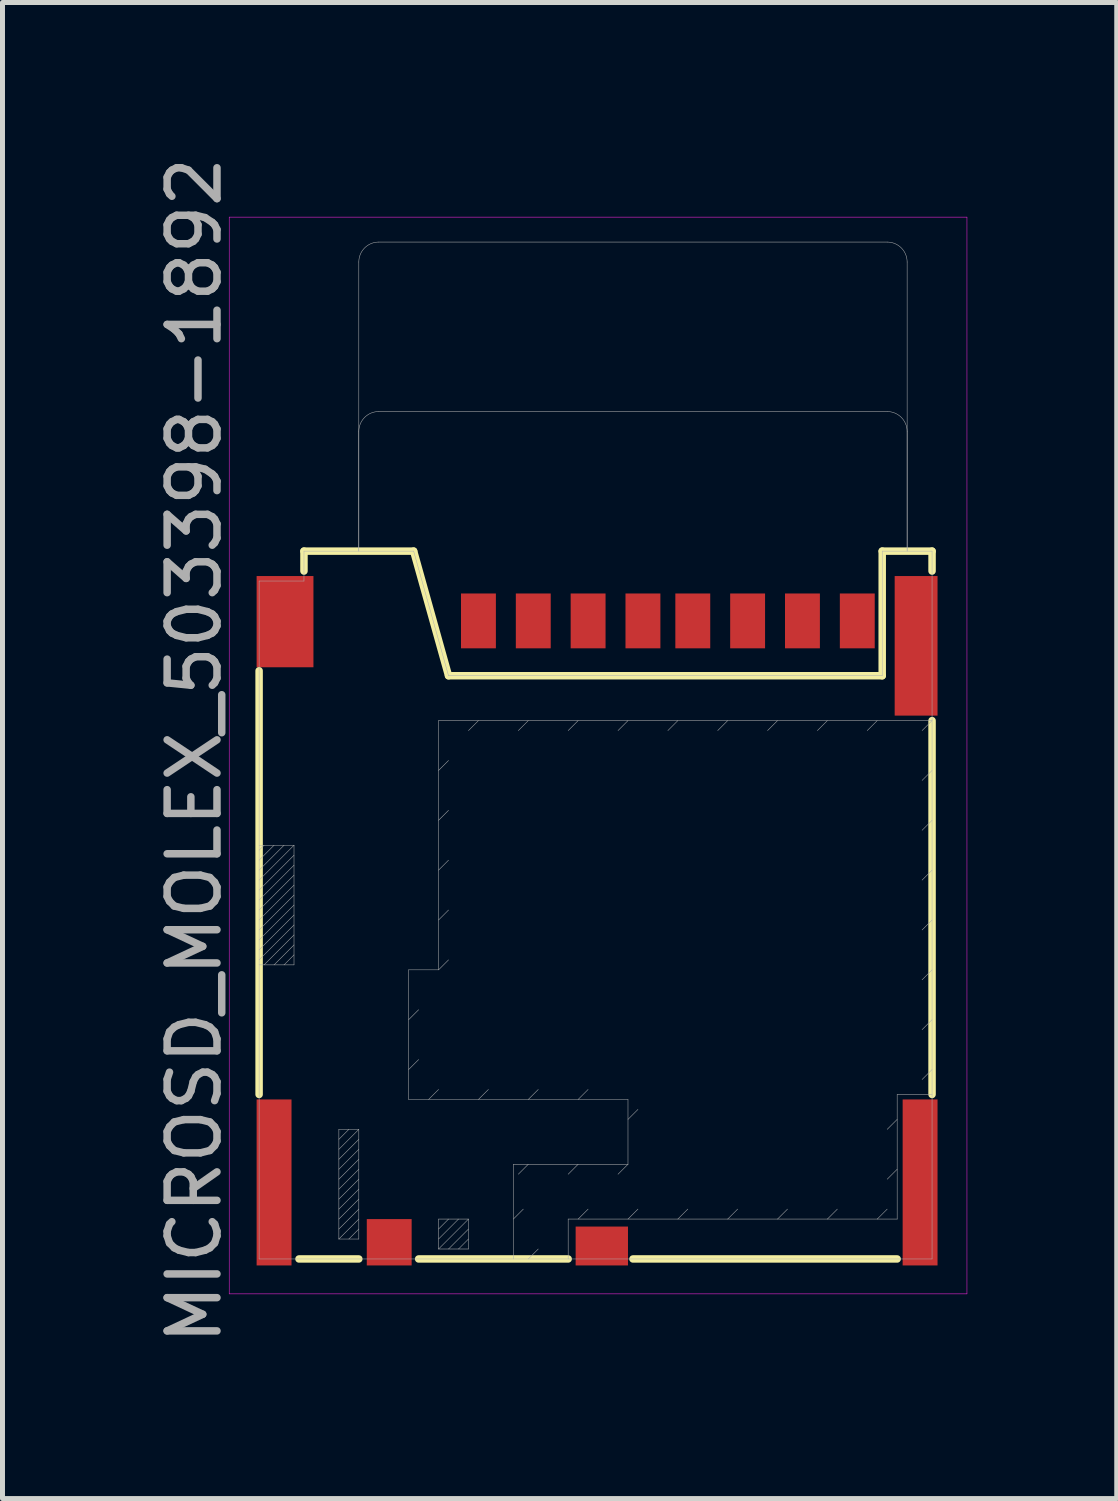
<source format=kicad_pcb>
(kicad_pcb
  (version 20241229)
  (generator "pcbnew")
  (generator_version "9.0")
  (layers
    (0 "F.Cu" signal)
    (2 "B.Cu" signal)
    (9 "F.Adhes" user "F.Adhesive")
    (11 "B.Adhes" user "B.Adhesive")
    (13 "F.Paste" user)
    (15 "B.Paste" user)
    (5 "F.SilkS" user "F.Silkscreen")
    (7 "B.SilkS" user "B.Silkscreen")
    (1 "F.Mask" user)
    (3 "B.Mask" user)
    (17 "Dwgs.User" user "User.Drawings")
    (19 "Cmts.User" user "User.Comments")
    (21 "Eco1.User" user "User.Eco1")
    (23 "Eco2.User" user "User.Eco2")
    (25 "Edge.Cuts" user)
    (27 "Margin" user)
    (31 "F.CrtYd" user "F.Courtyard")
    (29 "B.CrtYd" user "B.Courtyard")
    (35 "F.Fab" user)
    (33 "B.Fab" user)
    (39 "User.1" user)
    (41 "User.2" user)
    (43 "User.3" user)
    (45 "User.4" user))
  (footprint "MICROSD_MOLEX_503398-1892"
    (layer "F.Cu")
    (at 8.948 12.106)
    (property "Reference" "MICROSD_MOLEX_503398-1892" (at -8.1 -0.1 90) (layer "F.Fab") (effects (font (size 1 1) (thickness 0.15))))
    (attr through_hole)
    (fp_line (start -6.8 -1.7) (end -6.8 6.8) (stroke (width 0.15) (type solid)) (layer "F.SilkS"))
    (fp_line (start -5.9 -4.1) (end -5.9 -3.7) (stroke (width 0.15) (type solid)) (layer "F.SilkS"))
    (fp_line (start -4.8 10.1) (end -6 10.1) (stroke (width 0.15) (type solid)) (layer "F.SilkS"))
    (fp_line (start -3.7 -4.1) (end -5.9 -4.1) (stroke (width 0.15) (type solid)) (layer "F.SilkS"))
    (fp_line (start -3.7 -4.1) (end -3 -1.6) (stroke (width 0.15) (type solid)) (layer "F.SilkS"))
    (fp_line (start -3 -1.6) (end 5.7 -1.6) (stroke (width 0.15) (type solid)) (layer "F.SilkS"))
    (fp_line (start -0.6 10.1) (end -3.6 10.1) (stroke (width 0.15) (type solid)) (layer "F.SilkS"))
    (fp_line (start 5.7 -4.1) (end 6.7 -4.1) (stroke (width 0.15) (type solid)) (layer "F.SilkS"))
    (fp_line (start 5.7 -1.6) (end 5.7 -4.1) (stroke (width 0.15) (type solid)) (layer "F.SilkS"))
    (fp_line (start 6 10.1) (end 0.7 10.1) (stroke (width 0.15) (type solid)) (layer "F.SilkS"))
    (fp_line (start 6.7 -4.1) (end 6.7 -3.7) (stroke (width 0.15) (type solid)) (layer "F.SilkS"))
    (fp_line (start 6.7 -0.7) (end 6.7 6.8) (stroke (width 0.15) (type solid)) (layer "F.SilkS"))
    (fp_line (start -7.4 -10.8) (end -7.4 10.8) (stroke (width 0.01) (type solid)) (layer "F.CrtYd"))
    (fp_line (start -7.4 10.8) (end 7.4 10.8) (stroke (width 0.01) (type solid)) (layer "F.CrtYd"))
    (fp_line (start 7.4 -10.8) (end -7.4 -10.8) (stroke (width 0.01) (type solid)) (layer "F.CrtYd"))
    (fp_line (start 7.4 10.8) (end 7.4 -10.8) (stroke (width 0.01) (type solid)) (layer "F.CrtYd"))
    (fp_line (start -6.8 -3.5) (end -6.8 10.1) (stroke (width 0.01) (type solid)) (layer "F.Fab"))
    (fp_line (start -6.8 1.8) (end -6.1 1.8) (stroke (width 0.01) (type solid)) (layer "F.Fab"))
    (fp_line (start -6.8 1.9) (end -6.7 1.8) (stroke (width 0.01) (type solid)) (layer "F.Fab"))
    (fp_line (start -6.8 2.1) (end -6.5 1.8) (stroke (width 0.01) (type solid)) (layer "F.Fab"))
    (fp_line (start -6.8 2.3) (end -6.3 1.8) (stroke (width 0.01) (type solid)) (layer "F.Fab"))
    (fp_line (start -6.8 2.5) (end -6.1 1.8) (stroke (width 0.01) (type solid)) (layer "F.Fab"))
    (fp_line (start -6.8 2.7) (end -6.1 2) (stroke (width 0.01) (type solid)) (layer "F.Fab"))
    (fp_line (start -6.8 3.3) (end -6.1 2.6) (stroke (width 0.01) (type solid)) (layer "F.Fab"))
    (fp_line (start -6.8 3.7) (end -6.1 3) (stroke (width 0.01) (type solid)) (layer "F.Fab"))
    (fp_line (start -6.8 4.1) (end -6.1 3.4) (stroke (width 0.01) (type solid)) (layer "F.Fab"))
    (fp_line (start -6.8 10.1) (end 6.7 10.1) (stroke (width 0.01) (type solid)) (layer "F.Fab"))
    (fp_line (start -6.5 4.2) (end -6.1 3.8) (stroke (width 0.01) (type solid)) (layer "F.Fab"))
    (fp_line (start -6.1 1.8) (end -6.1 4.2) (stroke (width 0.01) (type solid)) (layer "F.Fab"))
    (fp_line (start -6.1 2.2) (end -6.8 2.9) (stroke (width 0.01) (type solid)) (layer "F.Fab"))
    (fp_line (start -6.1 2.4) (end -6.8 3.1) (stroke (width 0.01) (type solid)) (layer "F.Fab"))
    (fp_line (start -6.1 2.8) (end -6.8 3.5) (stroke (width 0.01) (type solid)) (layer "F.Fab"))
    (fp_line (start -6.1 3.2) (end -6.8 3.9) (stroke (width 0.01) (type solid)) (layer "F.Fab"))
    (fp_line (start -6.1 3.6) (end -6.7 4.2) (stroke (width 0.01) (type solid)) (layer "F.Fab"))
    (fp_line (start -6.1 4) (end -6.3 4.2) (stroke (width 0.01) (type solid)) (layer "F.Fab"))
    (fp_line (start -6.1 4.2) (end -6.8 4.2) (stroke (width 0.01) (type solid)) (layer "F.Fab"))
    (fp_line (start -5.9 -4.1) (end -5.9 -3.5) (stroke (width 0.01) (type solid)) (layer "F.Fab"))
    (fp_line (start -5.9 -3.5) (end -6.8 -3.5) (stroke (width 0.01) (type solid)) (layer "F.Fab"))
    (fp_line (start -5.2 7.5) (end -4.8 7.5) (stroke (width 0.01) (type solid)) (layer "F.Fab"))
    (fp_line (start -5.2 7.7) (end -5 7.5) (stroke (width 0.01) (type solid)) (layer "F.Fab"))
    (fp_line (start -5.2 8.1) (end -4.8 7.7) (stroke (width 0.01) (type solid)) (layer "F.Fab"))
    (fp_line (start -5.2 8.7) (end -4.8 8.3) (stroke (width 0.01) (type solid)) (layer "F.Fab"))
    (fp_line (start -5.2 9.1) (end -4.8 8.7) (stroke (width 0.01) (type solid)) (layer "F.Fab"))
    (fp_line (start -5.2 9.5) (end -4.8 9.1) (stroke (width 0.01) (type solid)) (layer "F.Fab"))
    (fp_line (start -5.2 9.7) (end -5.2 7.5) (stroke (width 0.01) (type solid)) (layer "F.Fab"))
    (fp_line (start -5 9.7) (end -4.8 9.5) (stroke (width 0.01) (type solid)) (layer "F.Fab"))
    (fp_line (start -4.8 -4.1) (end -4.8 -9.9) (stroke (width 0.01) (type solid)) (layer "F.Fab"))
    (fp_line (start -4.8 -4.1) (end -4.8 -6.5) (stroke (width 0.01) (type solid)) (layer "F.Fab"))
    (fp_line (start -4.8 7.5) (end -5.2 7.9) (stroke (width 0.01) (type solid)) (layer "F.Fab"))
    (fp_line (start -4.8 7.5) (end -4.8 9.7) (stroke (width 0.01) (type solid)) (layer "F.Fab"))
    (fp_line (start -4.8 7.9) (end -5.2 8.3) (stroke (width 0.01) (type solid)) (layer "F.Fab"))
    (fp_line (start -4.8 8.1) (end -5.2 8.5) (stroke (width 0.01) (type solid)) (layer "F.Fab"))
    (fp_line (start -4.8 8.5) (end -5.2 8.9) (stroke (width 0.01) (type solid)) (layer "F.Fab"))
    (fp_line (start -4.8 8.9) (end -5.2 9.3) (stroke (width 0.01) (type solid)) (layer "F.Fab"))
    (fp_line (start -4.8 9.3) (end -5.2 9.7) (stroke (width 0.01) (type solid)) (layer "F.Fab"))
    (fp_line (start -4.8 9.7) (end -5.2 9.7) (stroke (width 0.01) (type solid)) (layer "F.Fab"))
    (fp_line (start -4.4 -10.3) (end 5.8 -10.3) (stroke (width 0.01) (type solid)) (layer "F.Fab"))
    (fp_line (start -4.4 -6.9) (end 5.8 -6.9) (stroke (width 0.01) (type solid)) (layer "F.Fab"))
    (fp_line (start -3.8 4.3) (end -3.2 4.3) (stroke (width 0.01) (type solid)) (layer "F.Fab"))
    (fp_line (start -3.8 5.3) (end -3.6 5.1) (stroke (width 0.01) (type solid)) (layer "F.Fab"))
    (fp_line (start -3.8 6.3) (end -3.6 6.1) (stroke (width 0.01) (type solid)) (layer "F.Fab"))
    (fp_line (start -3.8 6.9) (end -3.8 4.3) (stroke (width 0.01) (type solid)) (layer "F.Fab"))
    (fp_line (start -3.7 -4.1) (end -5.9 -4.1) (stroke (width 0.01) (type solid)) (layer "F.Fab"))
    (fp_line (start -3.4 6.9) (end -3.2 6.7) (stroke (width 0.01) (type solid)) (layer "F.Fab"))
    (fp_line (start -3.2 -0.7) (end 6.7 -0.7) (stroke (width 0.01) (type solid)) (layer "F.Fab"))
    (fp_line (start -3.2 0.3) (end -3 0.1) (stroke (width 0.01) (type solid)) (layer "F.Fab"))
    (fp_line (start -3.2 1.3) (end -3 1.1) (stroke (width 0.01) (type solid)) (layer "F.Fab"))
    (fp_line (start -3.2 2.3) (end -3 2.1) (stroke (width 0.01) (type solid)) (layer "F.Fab"))
    (fp_line (start -3.2 3.3) (end -3 3.1) (stroke (width 0.01) (type solid)) (layer "F.Fab"))
    (fp_line (start -3.2 4.3) (end -3.2 -0.7) (stroke (width 0.01) (type solid)) (layer "F.Fab"))
    (fp_line (start -3.2 4.3) (end -3 4.1) (stroke (width 0.01) (type solid)) (layer "F.Fab"))
    (fp_line (start -3.2 9.3) (end -2.6 9.3) (stroke (width 0.01) (type solid)) (layer "F.Fab"))
    (fp_line (start -3.2 9.5) (end -3 9.3) (stroke (width 0.01) (type solid)) (layer "F.Fab"))
    (fp_line (start -3.2 9.7) (end -2.8 9.3) (stroke (width 0.01) (type solid)) (layer "F.Fab"))
    (fp_line (start -3.2 9.9) (end -3.2 9.3) (stroke (width 0.01) (type solid)) (layer "F.Fab"))
    (fp_line (start -3 -1.6) (end -3.7 -4.1) (stroke (width 0.01) (type solid)) (layer "F.Fab"))
    (fp_line (start -3 9.9) (end -2.6 9.5) (stroke (width 0.01) (type solid)) (layer "F.Fab"))
    (fp_line (start -2.6 9.3) (end -3.2 9.9) (stroke (width 0.01) (type solid)) (layer "F.Fab"))
    (fp_line (start -2.6 9.3) (end -2.6 9.9) (stroke (width 0.01) (type solid)) (layer "F.Fab"))
    (fp_line (start -2.6 9.7) (end -2.8 9.9) (stroke (width 0.01) (type solid)) (layer "F.Fab"))
    (fp_line (start -2.6 9.9) (end -3.2 9.9) (stroke (width 0.01) (type solid)) (layer "F.Fab"))
    (fp_line (start -2.4 -0.7) (end -2.6 -0.5) (stroke (width 0.01) (type solid)) (layer "F.Fab"))
    (fp_line (start -2.4 6.9) (end -2.2 6.7) (stroke (width 0.01) (type solid)) (layer "F.Fab"))
    (fp_line (start -1.7 8.2) (end 0.6 8.2) (stroke (width 0.01) (type solid)) (layer "F.Fab"))
    (fp_line (start -1.7 9.3) (end -1.5 9.1) (stroke (width 0.01) (type solid)) (layer "F.Fab"))
    (fp_line (start -1.7 10.1) (end -1.7 8.2) (stroke (width 0.01) (type solid)) (layer "F.Fab"))
    (fp_line (start -1.4 -0.7) (end -1.6 -0.5) (stroke (width 0.01) (type solid)) (layer "F.Fab"))
    (fp_line (start -1.4 6.9) (end -1.2 6.7) (stroke (width 0.01) (type solid)) (layer "F.Fab"))
    (fp_line (start -1.4 8.2) (end -1.6 8.4) (stroke (width 0.01) (type solid)) (layer "F.Fab"))
    (fp_line (start -1.4 10.1) (end -1.2 9.9) (stroke (width 0.01) (type solid)) (layer "F.Fab"))
    (fp_line (start -0.6 9.3) (end 6 9.3) (stroke (width 0.01) (type solid)) (layer "F.Fab"))
    (fp_line (start -0.6 10.1) (end -0.6 9.3) (stroke (width 0.01) (type solid)) (layer "F.Fab"))
    (fp_line (start -0.4 -0.7) (end -0.6 -0.5) (stroke (width 0.01) (type solid)) (layer "F.Fab"))
    (fp_line (start -0.4 6.9) (end -0.2 6.7) (stroke (width 0.01) (type solid)) (layer "F.Fab"))
    (fp_line (start -0.4 8.2) (end -0.6 8.4) (stroke (width 0.01) (type solid)) (layer "F.Fab"))
    (fp_line (start -0.4 9.3) (end -0.2 9.1) (stroke (width 0.01) (type solid)) (layer "F.Fab"))
    (fp_line (start 0.6 -0.7) (end 0.4 -0.5) (stroke (width 0.01) (type solid)) (layer "F.Fab"))
    (fp_line (start 0.6 6.9) (end -3.8 6.9) (stroke (width 0.01) (type solid)) (layer "F.Fab"))
    (fp_line (start 0.6 7.3) (end 0.8 7.1) (stroke (width 0.01) (type solid)) (layer "F.Fab"))
    (fp_line (start 0.6 8.2) (end 0.4 8.4) (stroke (width 0.01) (type solid)) (layer "F.Fab"))
    (fp_line (start 0.6 8.2) (end 0.6 6.9) (stroke (width 0.01) (type solid)) (layer "F.Fab"))
    (fp_line (start 0.6 9.3) (end 0.8 9.1) (stroke (width 0.01) (type solid)) (layer "F.Fab"))
    (fp_line (start 1.6 -0.7) (end 1.4 -0.5) (stroke (width 0.01) (type solid)) (layer "F.Fab"))
    (fp_line (start 1.6 9.3) (end 1.8 9.1) (stroke (width 0.01) (type solid)) (layer "F.Fab"))
    (fp_line (start 2.6 -0.7) (end 2.4 -0.5) (stroke (width 0.01) (type solid)) (layer "F.Fab"))
    (fp_line (start 2.6 9.3) (end 2.8 9.1) (stroke (width 0.01) (type solid)) (layer "F.Fab"))
    (fp_line (start 3.6 -0.7) (end 3.4 -0.5) (stroke (width 0.01) (type solid)) (layer "F.Fab"))
    (fp_line (start 3.6 9.3) (end 3.8 9.1) (stroke (width 0.01) (type solid)) (layer "F.Fab"))
    (fp_line (start 4.6 -0.7) (end 4.4 -0.5) (stroke (width 0.01) (type solid)) (layer "F.Fab"))
    (fp_line (start 4.6 9.3) (end 4.8 9.1) (stroke (width 0.01) (type solid)) (layer "F.Fab"))
    (fp_line (start 5.6 -0.7) (end 5.4 -0.5) (stroke (width 0.01) (type solid)) (layer "F.Fab"))
    (fp_line (start 5.6 9.3) (end 5.8 9.1) (stroke (width 0.01) (type solid)) (layer "F.Fab"))
    (fp_line (start 5.7 -4.1) (end 5.7 -1.6) (stroke (width 0.01) (type solid)) (layer "F.Fab"))
    (fp_line (start 5.7 -1.6) (end -3 -1.6) (stroke (width 0.01) (type solid)) (layer "F.Fab"))
    (fp_line (start 6 6.8) (end 6.7 6.8) (stroke (width 0.01) (type solid)) (layer "F.Fab"))
    (fp_line (start 6 7.3) (end 5.8 7.5) (stroke (width 0.01) (type solid)) (layer "F.Fab"))
    (fp_line (start 6 8.3) (end 5.8 8.5) (stroke (width 0.01) (type solid)) (layer "F.Fab"))
    (fp_line (start 6 9.3) (end 6 6.8) (stroke (width 0.01) (type solid)) (layer "F.Fab"))
    (fp_line (start 6.2 -6.5) (end 6.2 -4.1) (stroke (width 0.01) (type solid)) (layer "F.Fab"))
    (fp_line (start 6.2 -4.1) (end 6.2 -9.9) (stroke (width 0.01) (type solid)) (layer "F.Fab"))
    (fp_line (start 6.7 -4.1) (end 5.7 -4.1) (stroke (width 0.01) (type solid)) (layer "F.Fab"))
    (fp_line (start 6.7 -0.7) (end 6.5 -0.5) (stroke (width 0.01) (type solid)) (layer "F.Fab"))
    (fp_line (start 6.7 0.3) (end 6.5 0.5) (stroke (width 0.01) (type solid)) (layer "F.Fab"))
    (fp_line (start 6.7 1.3) (end 6.5 1.5) (stroke (width 0.01) (type solid)) (layer "F.Fab"))
    (fp_line (start 6.7 2.3) (end 6.5 2.5) (stroke (width 0.01) (type solid)) (layer "F.Fab"))
    (fp_line (start 6.7 3.3) (end 6.5 3.5) (stroke (width 0.01) (type solid)) (layer "F.Fab"))
    (fp_line (start 6.7 4.3) (end 6.5 4.5) (stroke (width 0.01) (type solid)) (layer "F.Fab"))
    (fp_line (start 6.7 5.3) (end 6.5 5.5) (stroke (width 0.01) (type solid)) (layer "F.Fab"))
    (fp_line (start 6.7 6.3) (end 6.5 6.5) (stroke (width 0.01) (type solid)) (layer "F.Fab"))
    (fp_line (start 6.7 10.1) (end 6.7 -4.1) (stroke (width 0.01) (type solid)) (layer "F.Fab"))
    (fp_arc (start -4.8 -9.9) (mid -4.682843 -10.182843) (end -4.4 -10.3) (stroke (width 0.01) (type solid)) (layer "F.Fab"))
    (fp_arc (start -4.8 -6.5) (mid -4.682843 -6.782843) (end -4.4 -6.9) (stroke (width 0.01) (type solid)) (layer "F.Fab"))
    (fp_arc (start 5.8 -10.3) (mid 6.082843 -10.182843) (end 6.2 -9.9) (stroke (width 0.01) (type solid)) (layer "F.Fab"))
    (fp_arc (start 5.8 -6.9) (mid 6.082843 -6.782843) (end 6.2 -6.5) (stroke (width 0.01) (type solid)) (layer "F.Fab"))
    (pad "1" smd rect (at -2.4 -2.7) (size 0.7 1.1) (layers "F.Cu" "F.Mask" "F.Paste"))
    (pad "2" smd rect (at -1.3 -2.7) (size 0.7 1.1) (layers "F.Cu" "F.Mask" "F.Paste"))
    (pad "3" smd rect (at -0.2 -2.7) (size 0.7 1.1) (layers "F.Cu" "F.Mask" "F.Paste"))
    (pad "4" smd rect (at 0.9 -2.7) (size 0.7 1.1) (layers "F.Cu" "F.Mask" "F.Paste"))
    (pad "5" smd rect (at 1.9 -2.7) (size 0.7 1.1) (layers "F.Cu" "F.Mask" "F.Paste"))
    (pad "6" smd rect (at 3 -2.7) (size 0.7 1.1) (layers "F.Cu" "F.Mask" "F.Paste"))
    (pad "7" smd rect (at 4.1 -2.7) (size 0.7 1.1) (layers "F.Cu" "F.Mask" "F.Paste"))
    (pad "8" smd rect (at 5.2 -2.7) (size 0.7 1.1) (layers "F.Cu" "F.Mask" "F.Paste"))
    (pad "9" smd rect (at -6.5 8.565) (size 0.7 3.33) (layers "F.Cu" "F.Mask" "F.Paste"))
    (pad "9" smd rect (at -6.28 -2.685) (size 1.14 1.83) (layers "F.Cu" "F.Mask" "F.Paste"))
    (pad "9" smd rect (at 6.38 -2.2) (size 0.86 2.8) (layers "F.Cu" "F.Mask" "F.Paste"))
    (pad "9" smd rect (at 6.46 8.565) (size 0.7 3.33) (layers "F.Cu" "F.Mask" "F.Paste"))
    (pad "10" smd rect (at -4.19 9.765) (size 0.9 0.93) (layers "F.Cu" "F.Mask" "F.Paste"))
    (pad "11" smd rect (at 0.075 9.84) (size 1.05 0.78) (layers "F.Cu" "F.Mask" "F.Paste")))
  (gr_rect
    (start -3 -3)
    (end 19.353 27.012)
    (stroke (width 0.1) (type default))
    (fill no)
    (layer "Edge.Cuts")))
</source>
